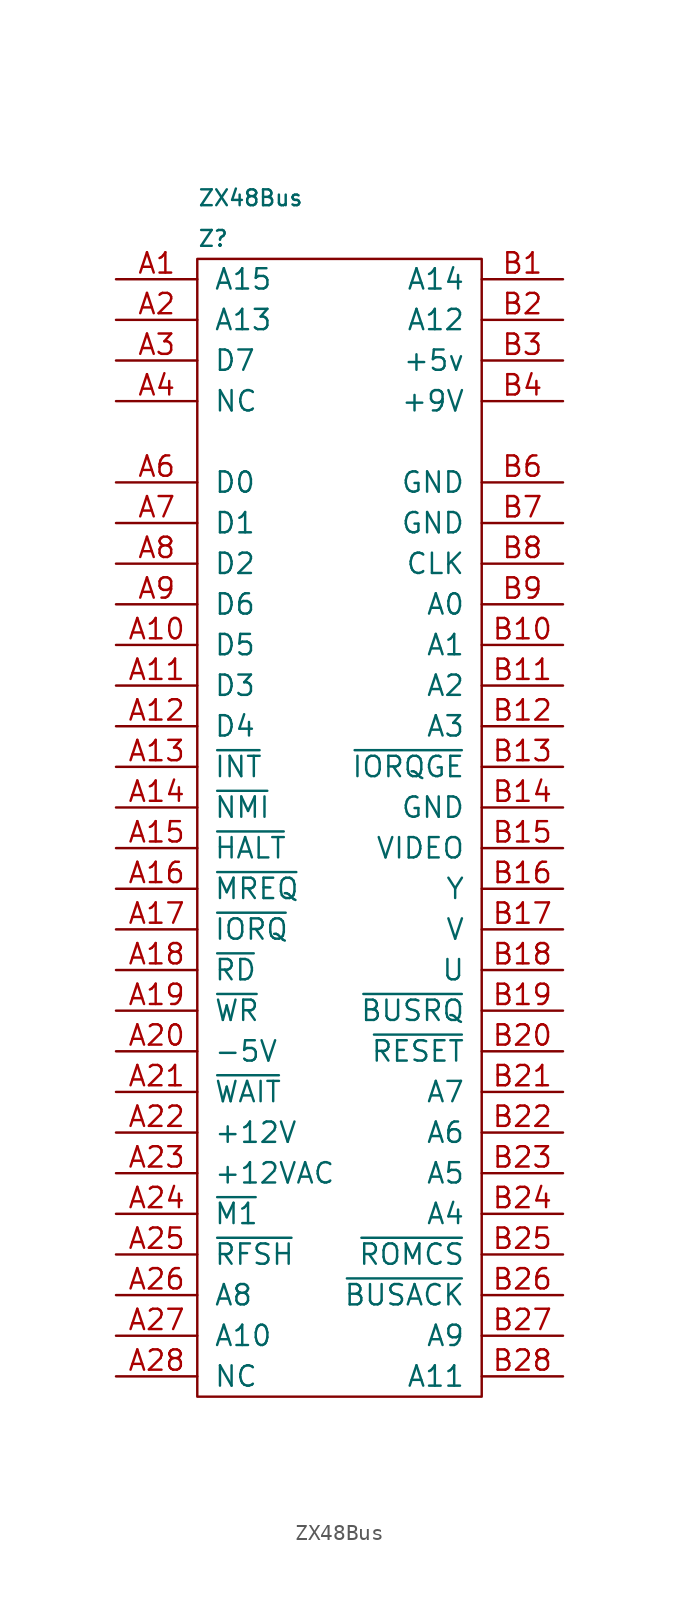
<source format=kicad_sym>
(kicad_symbol_lib
  (version 20220914)
  (generator kicad_symbol_editor)
  (symbol "ZX48Bus"
    (pin_names
      (offset 1.016))
    (property "Reference" "Z"
      (at 0 83.82 0)
      (effects (font (size 0.991 0.991)) (justify left)))
    (property "Value" "ZX48Bus"
      (at 0 86.36 0)
      (effects (font (size 0.991 0.991)) (justify left)))
    (symbol "ZX48Bus_0_0"
      (rectangle (start 0 82.55) (end 17.78 11.43) (stroke (width 0) (type solid)) (fill (type none))))
    (symbol "ZX48Bus_1_1"
      (pin input line (at -5.08 81.28 0) (length 5.08) (name "A15" (effects (font (size 1.27 1.27)))) (number "A1" (effects (font (size 1.27 1.27)))))
      (pin input line (at -5.08 58.42 0) (length 5.08) (name "D5" (effects (font (size 1.27 1.27)))) (number "A10" (effects (font (size 1.27 1.27)))))
      (pin input line (at -5.08 55.88 0) (length 5.08) (name "D3" (effects (font (size 1.27 1.27)))) (number "A11" (effects (font (size 1.27 1.27)))))
      (pin input line (at -5.08 53.34 0) (length 5.08) (name "D4" (effects (font (size 1.27 1.27)))) (number "A12" (effects (font (size 1.27 1.27)))))
      (pin input line (at -5.08 50.8 0) (length 5.08) (name "~{INT}" (effects (font (size 1.27 1.27)))) (number "A13" (effects (font (size 1.27 1.27)))))
      (pin input line (at -5.08 48.26 0) (length 5.08) (name "~{NMI}" (effects (font (size 1.27 1.27)))) (number "A14" (effects (font (size 1.27 1.27)))))
      (pin input line (at -5.08 45.72 0) (length 5.08) (name "~{HALT}" (effects (font (size 1.27 1.27)))) (number "A15" (effects (font (size 1.27 1.27)))))
      (pin input line (at -5.08 43.18 0) (length 5.08) (name "~{MREQ}" (effects (font (size 1.27 1.27)))) (number "A16" (effects (font (size 1.27 1.27)))))
      (pin input line (at -5.08 40.64 0) (length 5.08) (name "~{IORQ}" (effects (font (size 1.27 1.27)))) (number "A17" (effects (font (size 1.27 1.27)))))
      (pin input line (at -5.08 38.1 0) (length 5.08) (name "~{RD}" (effects (font (size 1.27 1.27)))) (number "A18" (effects (font (size 1.27 1.27)))))
      (pin input line (at -5.08 35.56 0) (length 5.08) (name "~{WR}" (effects (font (size 1.27 1.27)))) (number "A19" (effects (font (size 1.27 1.27)))))
      (pin input line (at -5.08 78.74 0) (length 5.08) (name "A13" (effects (font (size 1.27 1.27)))) (number "A2" (effects (font (size 1.27 1.27)))))
      (pin input line (at -5.08 33.02 0) (length 5.08) (name "-5V" (effects (font (size 1.27 1.27)))) (number "A20" (effects (font (size 1.27 1.27)))))
      (pin input line (at -5.08 30.48 0) (length 5.08) (name "~{WAIT}" (effects (font (size 1.27 1.27)))) (number "A21" (effects (font (size 1.27 1.27)))))
      (pin input line (at -5.08 27.94 0) (length 5.08) (name "+12V" (effects (font (size 1.27 1.27)))) (number "A22" (effects (font (size 1.27 1.27)))))
      (pin input line (at -5.08 25.4 0) (length 5.08) (name "+12VAC" (effects (font (size 1.27 1.27)))) (number "A23" (effects (font (size 1.27 1.27)))))
      (pin input line (at -5.08 22.86 0) (length 5.08) (name "~{M1}" (effects (font (size 1.27 1.27)))) (number "A24" (effects (font (size 1.27 1.27)))))
      (pin input line (at -5.08 20.32 0) (length 5.08) (name "~{RFSH}" (effects (font (size 1.27 1.27)))) (number "A25" (effects (font (size 1.27 1.27)))))
      (pin input line (at -5.08 17.78 0) (length 5.08) (name "A8" (effects (font (size 1.27 1.27)))) (number "A26" (effects (font (size 1.27 1.27)))))
      (pin input line (at -5.08 15.24 0) (length 5.08) (name "A10" (effects (font (size 1.27 1.27)))) (number "A27" (effects (font (size 1.27 1.27)))))
      (pin input line (at -5.08 12.7 0) (length 5.08) (name "NC" (effects (font (size 1.27 1.27)))) (number "A28" (effects (font (size 1.27 1.27)))))
      (pin input line (at -5.08 76.2 0) (length 5.08) (name "D7" (effects (font (size 1.27 1.27)))) (number "A3" (effects (font (size 1.27 1.27)))))
      (pin input line (at -5.08 73.66 0) (length 5.08) (name "NC" (effects (font (size 1.27 1.27)))) (number "A4" (effects (font (size 1.27 1.27)))))
      (pin input line (at -5.08 68.58 0) (length 5.08) (name "D0" (effects (font (size 1.27 1.27)))) (number "A6" (effects (font (size 1.27 1.27)))))
      (pin input line (at -5.08 66.04 0) (length 5.08) (name "D1" (effects (font (size 1.27 1.27)))) (number "A7" (effects (font (size 1.27 1.27)))))
      (pin input line (at -5.08 63.5 0) (length 5.08) (name "D2" (effects (font (size 1.27 1.27)))) (number "A8" (effects (font (size 1.27 1.27)))))
      (pin input line (at -5.08 60.96 0) (length 5.08) (name "D6" (effects (font (size 1.27 1.27)))) (number "A9" (effects (font (size 1.27 1.27)))))
      (pin input line (at 22.86 81.28 180) (length 5.08) (name "A14" (effects (font (size 1.27 1.27)))) (number "B1" (effects (font (size 1.27 1.27)))))
      (pin input line (at 22.86 58.42 180) (length 5.08) (name "A1" (effects (font (size 1.27 1.27)))) (number "B10" (effects (font (size 1.27 1.27)))))
      (pin input line (at 22.86 55.88 180) (length 5.08) (name "A2" (effects (font (size 1.27 1.27)))) (number "B11" (effects (font (size 1.27 1.27)))))
      (pin input line (at 22.86 53.34 180) (length 5.08) (name "A3" (effects (font (size 1.27 1.27)))) (number "B12" (effects (font (size 1.27 1.27)))))
      (pin input line (at 22.86 50.8 180) (length 5.08) (name "~{IORQGE}" (effects (font (size 1.27 1.27)))) (number "B13" (effects (font (size 1.27 1.27)))))
      (pin input line (at 22.86 48.26 180) (length 5.08) (name "GND" (effects (font (size 1.27 1.27)))) (number "B14" (effects (font (size 1.27 1.27)))))
      (pin input line (at 22.86 45.72 180) (length 5.08) (name "VIDEO" (effects (font (size 1.27 1.27)))) (number "B15" (effects (font (size 1.27 1.27)))))
      (pin input line (at 22.86 43.18 180) (length 5.08) (name "Y" (effects (font (size 1.27 1.27)))) (number "B16" (effects (font (size 1.27 1.27)))))
      (pin input line (at 22.86 40.64 180) (length 5.08) (name "V" (effects (font (size 1.27 1.27)))) (number "B17" (effects (font (size 1.27 1.27)))))
      (pin input line (at 22.86 38.1 180) (length 5.08) (name "U" (effects (font (size 1.27 1.27)))) (number "B18" (effects (font (size 1.27 1.27)))))
      (pin input line (at 22.86 35.56 180) (length 5.08) (name "~{BUSRQ}" (effects (font (size 1.27 1.27)))) (number "B19" (effects (font (size 1.27 1.27)))))
      (pin input line (at 22.86 78.74 180) (length 5.08) (name "A12" (effects (font (size 1.27 1.27)))) (number "B2" (effects (font (size 1.27 1.27)))))
      (pin input line (at 22.86 33.02 180) (length 5.08) (name "~{RESET}" (effects (font (size 1.27 1.27)))) (number "B20" (effects (font (size 1.27 1.27)))))
      (pin input line (at 22.86 30.48 180) (length 5.08) (name "A7" (effects (font (size 1.27 1.27)))) (number "B21" (effects (font (size 1.27 1.27)))))
      (pin input line (at 22.86 27.94 180) (length 5.08) (name "A6" (effects (font (size 1.27 1.27)))) (number "B22" (effects (font (size 1.27 1.27)))))
      (pin input line (at 22.86 25.4 180) (length 5.08) (name "A5" (effects (font (size 1.27 1.27)))) (number "B23" (effects (font (size 1.27 1.27)))))
      (pin input line (at 22.86 22.86 180) (length 5.08) (name "A4" (effects (font (size 1.27 1.27)))) (number "B24" (effects (font (size 1.27 1.27)))))
      (pin input line (at 22.86 20.32 180) (length 5.08) (name "~{ROMCS}" (effects (font (size 1.27 1.27)))) (number "B25" (effects (font (size 1.27 1.27)))))
      (pin input line (at 22.86 17.78 180) (length 5.08) (name "~{BUSACK}" (effects (font (size 1.27 1.27)))) (number "B26" (effects (font (size 1.27 1.27)))))
      (pin input line (at 22.86 15.24 180) (length 5.08) (name "A9" (effects (font (size 1.27 1.27)))) (number "B27" (effects (font (size 1.27 1.27)))))
      (pin input line (at 22.86 12.7 180) (length 5.08) (name "A11" (effects (font (size 1.27 1.27)))) (number "B28" (effects (font (size 1.27 1.27)))))
      (pin input line (at 22.86 76.2 180) (length 5.08) (name "+5v" (effects (font (size 1.27 1.27)))) (number "B3" (effects (font (size 1.27 1.27)))))
      (pin input line (at 22.86 73.66 180) (length 5.08) (name "+9V" (effects (font (size 1.27 1.27)))) (number "B4" (effects (font (size 1.27 1.27)))))
      (pin input line (at 22.86 68.58 180) (length 5.08) (name "GND" (effects (font (size 1.27 1.27)))) (number "B6" (effects (font (size 1.27 1.27)))))
      (pin input line (at 22.86 66.04 180) (length 5.08) (name "GND" (effects (font (size 1.27 1.27)))) (number "B7" (effects (font (size 1.27 1.27)))))
      (pin input line (at 22.86 63.5 180) (length 5.08) (name "CLK" (effects (font (size 1.27 1.27)))) (number "B8" (effects (font (size 1.27 1.27)))))
      (pin input line (at 22.86 60.96 180) (length 5.08) (name "A0" (effects (font (size 1.27 1.27)))) (number "B9" (effects (font (size 1.27 1.27))))))))
</source>
